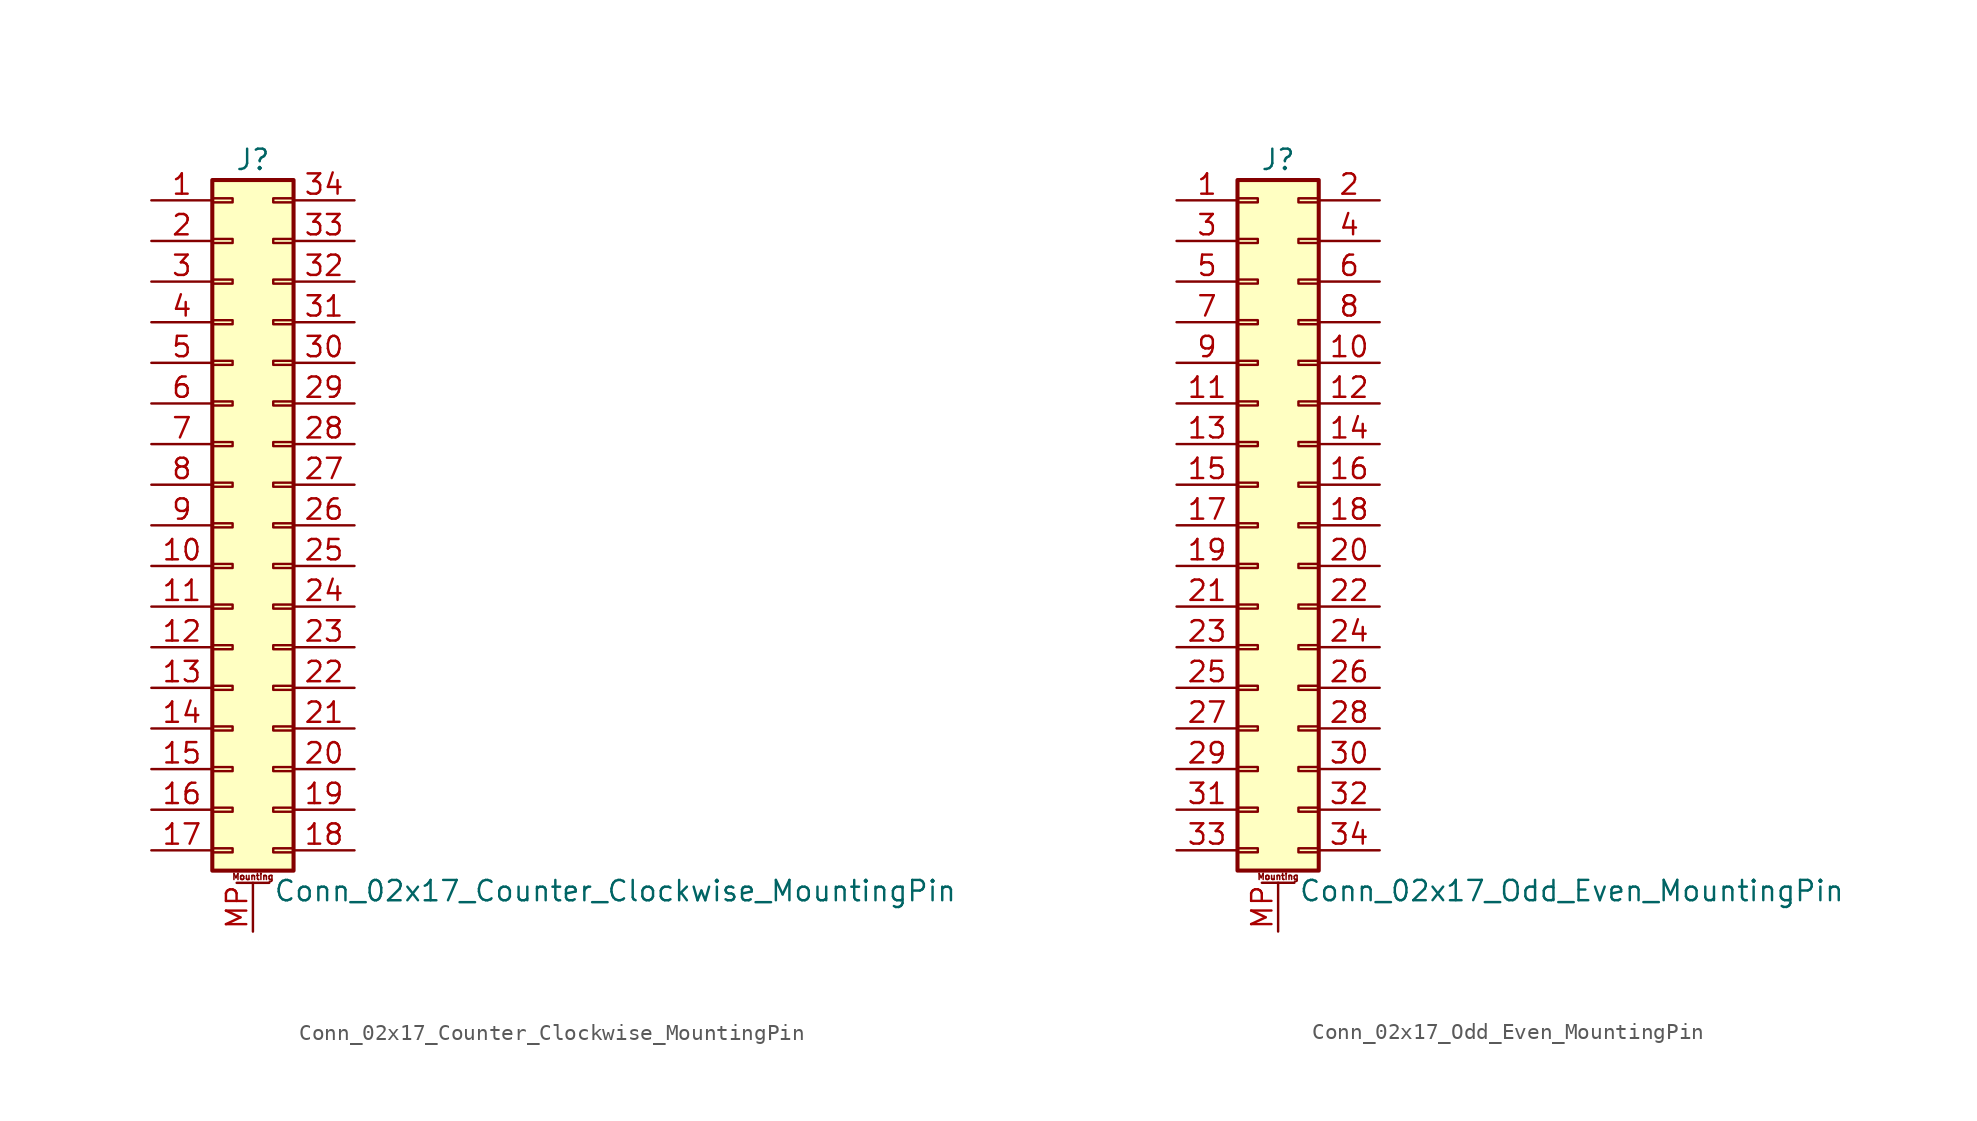
<source format=kicad_sym>
(kicad_symbol_lib
  (version 20201005)
  (generator kicad_symbol_editor)
  (symbol "Connector_Generic_MountingPin:Conn_02x17_Counter_Clockwise_MountingPin"
    (pin_names
      (offset 1.016) hide)
    (property "Reference" "J"
      (at 1.27 22.86 0)
      (effects (font (size 1.27 1.27))))
    (property "Value" "Conn_02x17_Counter_Clockwise_MountingPin"
      (at 2.54 -22.86 0)
      (effects (font (size 1.27 1.27)) (justify left)))
    (symbol "Conn_02x17_Counter_Clockwise_MountingPin_1_1"
      (text "Mounting" (at 1.27 -21.971 0) (effects (font (size 0.381 0.381))))
      (rectangle (start -1.27 -4.953) (end 0 -5.207) (stroke (width 0.152)) (fill (type none)))
      (rectangle (start -1.27 -7.493) (end 0 -7.747) (stroke (width 0.152)) (fill (type none)))
      (rectangle (start -1.27 -10.033) (end 0 -10.287) (stroke (width 0.152)) (fill (type none)))
      (rectangle (start -1.27 -12.573) (end 0 -12.827) (stroke (width 0.152)) (fill (type none)))
      (rectangle (start -1.27 -15.113) (end 0 -15.367) (stroke (width 0.152)) (fill (type none)))
      (rectangle (start -1.27 -17.653) (end 0 -17.907) (stroke (width 0.152)) (fill (type none)))
      (rectangle (start -1.27 -20.193) (end 0 -20.447) (stroke (width 0.152)) (fill (type none)))
      (rectangle (start -1.27 -2.413) (end 0 -2.667) (stroke (width 0.152)) (fill (type none)))
      (rectangle (start -1.27 2.667) (end 0 2.413) (stroke (width 0.152)) (fill (type none)))
      (rectangle (start -1.27 5.207) (end 0 4.953) (stroke (width 0.152)) (fill (type none)))
      (rectangle (start -1.27 7.747) (end 0 7.493) (stroke (width 0.152)) (fill (type none)))
      (rectangle (start -1.27 10.287) (end 0 10.033) (stroke (width 0.152)) (fill (type none)))
      (rectangle (start -1.27 0.127) (end 0 -0.127) (stroke (width 0.152)) (fill (type none)))
      (rectangle (start -1.27 12.827) (end 0 12.573) (stroke (width 0.152)) (fill (type none)))
      (rectangle (start -1.27 15.367) (end 0 15.113) (stroke (width 0.152)) (fill (type none)))
      (rectangle (start -1.27 17.907) (end 0 17.653) (stroke (width 0.152)) (fill (type none)))
      (rectangle (start -1.27 20.447) (end 0 20.193) (stroke (width 0.152)) (fill (type none)))
      (rectangle (start -1.27 21.59) (end 3.81 -21.59) (stroke (width 0.254)) (fill (type background)))
      (rectangle (start 3.81 -4.953) (end 2.54 -5.207) (stroke (width 0.152)) (fill (type none)))
      (rectangle (start 3.81 -7.493) (end 2.54 -7.747) (stroke (width 0.152)) (fill (type none)))
      (rectangle (start 3.81 -10.033) (end 2.54 -10.287) (stroke (width 0.152)) (fill (type none)))
      (rectangle (start 3.81 -12.573) (end 2.54 -12.827) (stroke (width 0.152)) (fill (type none)))
      (rectangle (start 3.81 -15.113) (end 2.54 -15.367) (stroke (width 0.152)) (fill (type none)))
      (rectangle (start 3.81 -17.653) (end 2.54 -17.907) (stroke (width 0.152)) (fill (type none)))
      (rectangle (start 3.81 -20.193) (end 2.54 -20.447) (stroke (width 0.152)) (fill (type none)))
      (rectangle (start 3.81 -2.413) (end 2.54 -2.667) (stroke (width 0.152)) (fill (type none)))
      (rectangle (start 3.81 2.667) (end 2.54 2.413) (stroke (width 0.152)) (fill (type none)))
      (rectangle (start 3.81 5.207) (end 2.54 4.953) (stroke (width 0.152)) (fill (type none)))
      (rectangle (start 3.81 7.747) (end 2.54 7.493) (stroke (width 0.152)) (fill (type none)))
      (rectangle (start 3.81 10.287) (end 2.54 10.033) (stroke (width 0.152)) (fill (type none)))
      (rectangle (start 3.81 0.127) (end 2.54 -0.127) (stroke (width 0.152)) (fill (type none)))
      (rectangle (start 3.81 12.827) (end 2.54 12.573) (stroke (width 0.152)) (fill (type none)))
      (rectangle (start 3.81 15.367) (end 2.54 15.113) (stroke (width 0.152)) (fill (type none)))
      (rectangle (start 3.81 17.907) (end 2.54 17.653) (stroke (width 0.152)) (fill (type none)))
      (rectangle (start 3.81 20.447) (end 2.54 20.193) (stroke (width 0.152)) (fill (type none)))
      (polyline (pts (xy 0.254 -22.352) (xy 2.286 -22.352)) (stroke (width 0.152)) (fill (type none)))
      (pin passive line (at 1.27 -25.4 90) (length 3.048) (name "MountPin" (effects (font (size 1.27 1.27)))) (number "MP" (effects (font (size 1.27 1.27)))))
      (pin passive line (at -5.08 20.32 0) (length 3.81) (name "Pin_1" (effects (font (size 1.27 1.27)))) (number "1" (effects (font (size 1.27 1.27)))))
      (pin passive line (at -5.08 -2.54 0) (length 3.81) (name "Pin_10" (effects (font (size 1.27 1.27)))) (number "10" (effects (font (size 1.27 1.27)))))
      (pin passive line (at -5.08 -5.08 0) (length 3.81) (name "Pin_11" (effects (font (size 1.27 1.27)))) (number "11" (effects (font (size 1.27 1.27)))))
      (pin passive line (at -5.08 -7.62 0) (length 3.81) (name "Pin_12" (effects (font (size 1.27 1.27)))) (number "12" (effects (font (size 1.27 1.27)))))
      (pin passive line (at -5.08 -10.16 0) (length 3.81) (name "Pin_13" (effects (font (size 1.27 1.27)))) (number "13" (effects (font (size 1.27 1.27)))))
      (pin passive line (at -5.08 -12.7 0) (length 3.81) (name "Pin_14" (effects (font (size 1.27 1.27)))) (number "14" (effects (font (size 1.27 1.27)))))
      (pin passive line (at -5.08 -15.24 0) (length 3.81) (name "Pin_15" (effects (font (size 1.27 1.27)))) (number "15" (effects (font (size 1.27 1.27)))))
      (pin passive line (at -5.08 -17.78 0) (length 3.81) (name "Pin_16" (effects (font (size 1.27 1.27)))) (number "16" (effects (font (size 1.27 1.27)))))
      (pin passive line (at -5.08 -20.32 0) (length 3.81) (name "Pin_17" (effects (font (size 1.27 1.27)))) (number "17" (effects (font (size 1.27 1.27)))))
      (pin passive line (at 7.62 -20.32 180) (length 3.81) (name "Pin_18" (effects (font (size 1.27 1.27)))) (number "18" (effects (font (size 1.27 1.27)))))
      (pin passive line (at 7.62 -17.78 180) (length 3.81) (name "Pin_19" (effects (font (size 1.27 1.27)))) (number "19" (effects (font (size 1.27 1.27)))))
      (pin passive line (at -5.08 17.78 0) (length 3.81) (name "Pin_2" (effects (font (size 1.27 1.27)))) (number "2" (effects (font (size 1.27 1.27)))))
      (pin passive line (at 7.62 -15.24 180) (length 3.81) (name "Pin_20" (effects (font (size 1.27 1.27)))) (number "20" (effects (font (size 1.27 1.27)))))
      (pin passive line (at 7.62 -12.7 180) (length 3.81) (name "Pin_21" (effects (font (size 1.27 1.27)))) (number "21" (effects (font (size 1.27 1.27)))))
      (pin passive line (at 7.62 -10.16 180) (length 3.81) (name "Pin_22" (effects (font (size 1.27 1.27)))) (number "22" (effects (font (size 1.27 1.27)))))
      (pin passive line (at 7.62 -7.62 180) (length 3.81) (name "Pin_23" (effects (font (size 1.27 1.27)))) (number "23" (effects (font (size 1.27 1.27)))))
      (pin passive line (at 7.62 -5.08 180) (length 3.81) (name "Pin_24" (effects (font (size 1.27 1.27)))) (number "24" (effects (font (size 1.27 1.27)))))
      (pin passive line (at 7.62 -2.54 180) (length 3.81) (name "Pin_25" (effects (font (size 1.27 1.27)))) (number "25" (effects (font (size 1.27 1.27)))))
      (pin passive line (at 7.62 0 180) (length 3.81) (name "Pin_26" (effects (font (size 1.27 1.27)))) (number "26" (effects (font (size 1.27 1.27)))))
      (pin passive line (at 7.62 2.54 180) (length 3.81) (name "Pin_27" (effects (font (size 1.27 1.27)))) (number "27" (effects (font (size 1.27 1.27)))))
      (pin passive line (at 7.62 5.08 180) (length 3.81) (name "Pin_28" (effects (font (size 1.27 1.27)))) (number "28" (effects (font (size 1.27 1.27)))))
      (pin passive line (at 7.62 7.62 180) (length 3.81) (name "Pin_29" (effects (font (size 1.27 1.27)))) (number "29" (effects (font (size 1.27 1.27)))))
      (pin passive line (at -5.08 15.24 0) (length 3.81) (name "Pin_3" (effects (font (size 1.27 1.27)))) (number "3" (effects (font (size 1.27 1.27)))))
      (pin passive line (at 7.62 10.16 180) (length 3.81) (name "Pin_30" (effects (font (size 1.27 1.27)))) (number "30" (effects (font (size 1.27 1.27)))))
      (pin passive line (at 7.62 12.7 180) (length 3.81) (name "Pin_31" (effects (font (size 1.27 1.27)))) (number "31" (effects (font (size 1.27 1.27)))))
      (pin passive line (at 7.62 15.24 180) (length 3.81) (name "Pin_32" (effects (font (size 1.27 1.27)))) (number "32" (effects (font (size 1.27 1.27)))))
      (pin passive line (at 7.62 17.78 180) (length 3.81) (name "Pin_33" (effects (font (size 1.27 1.27)))) (number "33" (effects (font (size 1.27 1.27)))))
      (pin passive line (at 7.62 20.32 180) (length 3.81) (name "Pin_34" (effects (font (size 1.27 1.27)))) (number "34" (effects (font (size 1.27 1.27)))))
      (pin passive line (at -5.08 12.7 0) (length 3.81) (name "Pin_4" (effects (font (size 1.27 1.27)))) (number "4" (effects (font (size 1.27 1.27)))))
      (pin passive line (at -5.08 10.16 0) (length 3.81) (name "Pin_5" (effects (font (size 1.27 1.27)))) (number "5" (effects (font (size 1.27 1.27)))))
      (pin passive line (at -5.08 7.62 0) (length 3.81) (name "Pin_6" (effects (font (size 1.27 1.27)))) (number "6" (effects (font (size 1.27 1.27)))))
      (pin passive line (at -5.08 5.08 0) (length 3.81) (name "Pin_7" (effects (font (size 1.27 1.27)))) (number "7" (effects (font (size 1.27 1.27)))))
      (pin passive line (at -5.08 2.54 0) (length 3.81) (name "Pin_8" (effects (font (size 1.27 1.27)))) (number "8" (effects (font (size 1.27 1.27)))))
      (pin passive line (at -5.08 0 0) (length 3.81) (name "Pin_9" (effects (font (size 1.27 1.27)))) (number "9" (effects (font (size 1.27 1.27)))))))
  (symbol "Connector_Generic_MountingPin:Conn_02x17_Odd_Even_MountingPin"
    (pin_names
      (offset 1.016) hide)
    (property "Reference" "J"
      (at 1.27 22.86 0)
      (effects (font (size 1.27 1.27))))
    (property "Value" "Conn_02x17_Odd_Even_MountingPin"
      (at 2.54 -22.86 0)
      (effects (font (size 1.27 1.27)) (justify left)))
    (symbol "Conn_02x17_Odd_Even_MountingPin_1_1"
      (text "Mounting" (at 1.27 -21.971 0) (effects (font (size 0.381 0.381))))
      (rectangle (start -1.27 -4.953) (end 0 -5.207) (stroke (width 0.152)) (fill (type none)))
      (rectangle (start -1.27 -7.493) (end 0 -7.747) (stroke (width 0.152)) (fill (type none)))
      (rectangle (start -1.27 -10.033) (end 0 -10.287) (stroke (width 0.152)) (fill (type none)))
      (rectangle (start -1.27 -12.573) (end 0 -12.827) (stroke (width 0.152)) (fill (type none)))
      (rectangle (start -1.27 -15.113) (end 0 -15.367) (stroke (width 0.152)) (fill (type none)))
      (rectangle (start -1.27 -17.653) (end 0 -17.907) (stroke (width 0.152)) (fill (type none)))
      (rectangle (start -1.27 -20.193) (end 0 -20.447) (stroke (width 0.152)) (fill (type none)))
      (rectangle (start -1.27 -2.413) (end 0 -2.667) (stroke (width 0.152)) (fill (type none)))
      (rectangle (start -1.27 2.667) (end 0 2.413) (stroke (width 0.152)) (fill (type none)))
      (rectangle (start -1.27 5.207) (end 0 4.953) (stroke (width 0.152)) (fill (type none)))
      (rectangle (start -1.27 7.747) (end 0 7.493) (stroke (width 0.152)) (fill (type none)))
      (rectangle (start -1.27 10.287) (end 0 10.033) (stroke (width 0.152)) (fill (type none)))
      (rectangle (start -1.27 0.127) (end 0 -0.127) (stroke (width 0.152)) (fill (type none)))
      (rectangle (start -1.27 12.827) (end 0 12.573) (stroke (width 0.152)) (fill (type none)))
      (rectangle (start -1.27 15.367) (end 0 15.113) (stroke (width 0.152)) (fill (type none)))
      (rectangle (start -1.27 17.907) (end 0 17.653) (stroke (width 0.152)) (fill (type none)))
      (rectangle (start -1.27 20.447) (end 0 20.193) (stroke (width 0.152)) (fill (type none)))
      (rectangle (start -1.27 21.59) (end 3.81 -21.59) (stroke (width 0.254)) (fill (type background)))
      (rectangle (start 3.81 -4.953) (end 2.54 -5.207) (stroke (width 0.152)) (fill (type none)))
      (rectangle (start 3.81 -7.493) (end 2.54 -7.747) (stroke (width 0.152)) (fill (type none)))
      (rectangle (start 3.81 -10.033) (end 2.54 -10.287) (stroke (width 0.152)) (fill (type none)))
      (rectangle (start 3.81 -12.573) (end 2.54 -12.827) (stroke (width 0.152)) (fill (type none)))
      (rectangle (start 3.81 -15.113) (end 2.54 -15.367) (stroke (width 0.152)) (fill (type none)))
      (rectangle (start 3.81 -17.653) (end 2.54 -17.907) (stroke (width 0.152)) (fill (type none)))
      (rectangle (start 3.81 -20.193) (end 2.54 -20.447) (stroke (width 0.152)) (fill (type none)))
      (rectangle (start 3.81 -2.413) (end 2.54 -2.667) (stroke (width 0.152)) (fill (type none)))
      (rectangle (start 3.81 2.667) (end 2.54 2.413) (stroke (width 0.152)) (fill (type none)))
      (rectangle (start 3.81 5.207) (end 2.54 4.953) (stroke (width 0.152)) (fill (type none)))
      (rectangle (start 3.81 7.747) (end 2.54 7.493) (stroke (width 0.152)) (fill (type none)))
      (rectangle (start 3.81 10.287) (end 2.54 10.033) (stroke (width 0.152)) (fill (type none)))
      (rectangle (start 3.81 0.127) (end 2.54 -0.127) (stroke (width 0.152)) (fill (type none)))
      (rectangle (start 3.81 12.827) (end 2.54 12.573) (stroke (width 0.152)) (fill (type none)))
      (rectangle (start 3.81 15.367) (end 2.54 15.113) (stroke (width 0.152)) (fill (type none)))
      (rectangle (start 3.81 17.907) (end 2.54 17.653) (stroke (width 0.152)) (fill (type none)))
      (rectangle (start 3.81 20.447) (end 2.54 20.193) (stroke (width 0.152)) (fill (type none)))
      (polyline (pts (xy 0.254 -22.352) (xy 2.286 -22.352)) (stroke (width 0.152)) (fill (type none)))
      (pin passive line (at 1.27 -25.4 90) (length 3.048) (name "MountPin" (effects (font (size 1.27 1.27)))) (number "MP" (effects (font (size 1.27 1.27)))))
      (pin passive line (at -5.08 20.32 0) (length 3.81) (name "Pin_1" (effects (font (size 1.27 1.27)))) (number "1" (effects (font (size 1.27 1.27)))))
      (pin passive line (at 7.62 10.16 180) (length 3.81) (name "Pin_10" (effects (font (size 1.27 1.27)))) (number "10" (effects (font (size 1.27 1.27)))))
      (pin passive line (at -5.08 7.62 0) (length 3.81) (name "Pin_11" (effects (font (size 1.27 1.27)))) (number "11" (effects (font (size 1.27 1.27)))))
      (pin passive line (at 7.62 7.62 180) (length 3.81) (name "Pin_12" (effects (font (size 1.27 1.27)))) (number "12" (effects (font (size 1.27 1.27)))))
      (pin passive line (at -5.08 5.08 0) (length 3.81) (name "Pin_13" (effects (font (size 1.27 1.27)))) (number "13" (effects (font (size 1.27 1.27)))))
      (pin passive line (at 7.62 5.08 180) (length 3.81) (name "Pin_14" (effects (font (size 1.27 1.27)))) (number "14" (effects (font (size 1.27 1.27)))))
      (pin passive line (at -5.08 2.54 0) (length 3.81) (name "Pin_15" (effects (font (size 1.27 1.27)))) (number "15" (effects (font (size 1.27 1.27)))))
      (pin passive line (at 7.62 2.54 180) (length 3.81) (name "Pin_16" (effects (font (size 1.27 1.27)))) (number "16" (effects (font (size 1.27 1.27)))))
      (pin passive line (at -5.08 0 0) (length 3.81) (name "Pin_17" (effects (font (size 1.27 1.27)))) (number "17" (effects (font (size 1.27 1.27)))))
      (pin passive line (at 7.62 0 180) (length 3.81) (name "Pin_18" (effects (font (size 1.27 1.27)))) (number "18" (effects (font (size 1.27 1.27)))))
      (pin passive line (at -5.08 -2.54 0) (length 3.81) (name "Pin_19" (effects (font (size 1.27 1.27)))) (number "19" (effects (font (size 1.27 1.27)))))
      (pin passive line (at 7.62 20.32 180) (length 3.81) (name "Pin_2" (effects (font (size 1.27 1.27)))) (number "2" (effects (font (size 1.27 1.27)))))
      (pin passive line (at 7.62 -2.54 180) (length 3.81) (name "Pin_20" (effects (font (size 1.27 1.27)))) (number "20" (effects (font (size 1.27 1.27)))))
      (pin passive line (at -5.08 -5.08 0) (length 3.81) (name "Pin_21" (effects (font (size 1.27 1.27)))) (number "21" (effects (font (size 1.27 1.27)))))
      (pin passive line (at 7.62 -5.08 180) (length 3.81) (name "Pin_22" (effects (font (size 1.27 1.27)))) (number "22" (effects (font (size 1.27 1.27)))))
      (pin passive line (at -5.08 -7.62 0) (length 3.81) (name "Pin_23" (effects (font (size 1.27 1.27)))) (number "23" (effects (font (size 1.27 1.27)))))
      (pin passive line (at 7.62 -7.62 180) (length 3.81) (name "Pin_24" (effects (font (size 1.27 1.27)))) (number "24" (effects (font (size 1.27 1.27)))))
      (pin passive line (at -5.08 -10.16 0) (length 3.81) (name "Pin_25" (effects (font (size 1.27 1.27)))) (number "25" (effects (font (size 1.27 1.27)))))
      (pin passive line (at 7.62 -10.16 180) (length 3.81) (name "Pin_26" (effects (font (size 1.27 1.27)))) (number "26" (effects (font (size 1.27 1.27)))))
      (pin passive line (at -5.08 -12.7 0) (length 3.81) (name "Pin_27" (effects (font (size 1.27 1.27)))) (number "27" (effects (font (size 1.27 1.27)))))
      (pin passive line (at 7.62 -12.7 180) (length 3.81) (name "Pin_28" (effects (font (size 1.27 1.27)))) (number "28" (effects (font (size 1.27 1.27)))))
      (pin passive line (at -5.08 -15.24 0) (length 3.81) (name "Pin_29" (effects (font (size 1.27 1.27)))) (number "29" (effects (font (size 1.27 1.27)))))
      (pin passive line (at -5.08 17.78 0) (length 3.81) (name "Pin_3" (effects (font (size 1.27 1.27)))) (number "3" (effects (font (size 1.27 1.27)))))
      (pin passive line (at 7.62 -15.24 180) (length 3.81) (name "Pin_30" (effects (font (size 1.27 1.27)))) (number "30" (effects (font (size 1.27 1.27)))))
      (pin passive line (at -5.08 -17.78 0) (length 3.81) (name "Pin_31" (effects (font (size 1.27 1.27)))) (number "31" (effects (font (size 1.27 1.27)))))
      (pin passive line (at 7.62 -17.78 180) (length 3.81) (name "Pin_32" (effects (font (size 1.27 1.27)))) (number "32" (effects (font (size 1.27 1.27)))))
      (pin passive line (at -5.08 -20.32 0) (length 3.81) (name "Pin_33" (effects (font (size 1.27 1.27)))) (number "33" (effects (font (size 1.27 1.27)))))
      (pin passive line (at 7.62 -20.32 180) (length 3.81) (name "Pin_34" (effects (font (size 1.27 1.27)))) (number "34" (effects (font (size 1.27 1.27)))))
      (pin passive line (at 7.62 17.78 180) (length 3.81) (name "Pin_4" (effects (font (size 1.27 1.27)))) (number "4" (effects (font (size 1.27 1.27)))))
      (pin passive line (at -5.08 15.24 0) (length 3.81) (name "Pin_5" (effects (font (size 1.27 1.27)))) (number "5" (effects (font (size 1.27 1.27)))))
      (pin passive line (at 7.62 15.24 180) (length 3.81) (name "Pin_6" (effects (font (size 1.27 1.27)))) (number "6" (effects (font (size 1.27 1.27)))))
      (pin passive line (at -5.08 12.7 0) (length 3.81) (name "Pin_7" (effects (font (size 1.27 1.27)))) (number "7" (effects (font (size 1.27 1.27)))))
      (pin passive line (at 7.62 12.7 180) (length 3.81) (name "Pin_8" (effects (font (size 1.27 1.27)))) (number "8" (effects (font (size 1.27 1.27)))))
      (pin passive line (at -5.08 10.16 0) (length 3.81) (name "Pin_9" (effects (font (size 1.27 1.27)))) (number "9" (effects (font (size 1.27 1.27))))))))
</source>
